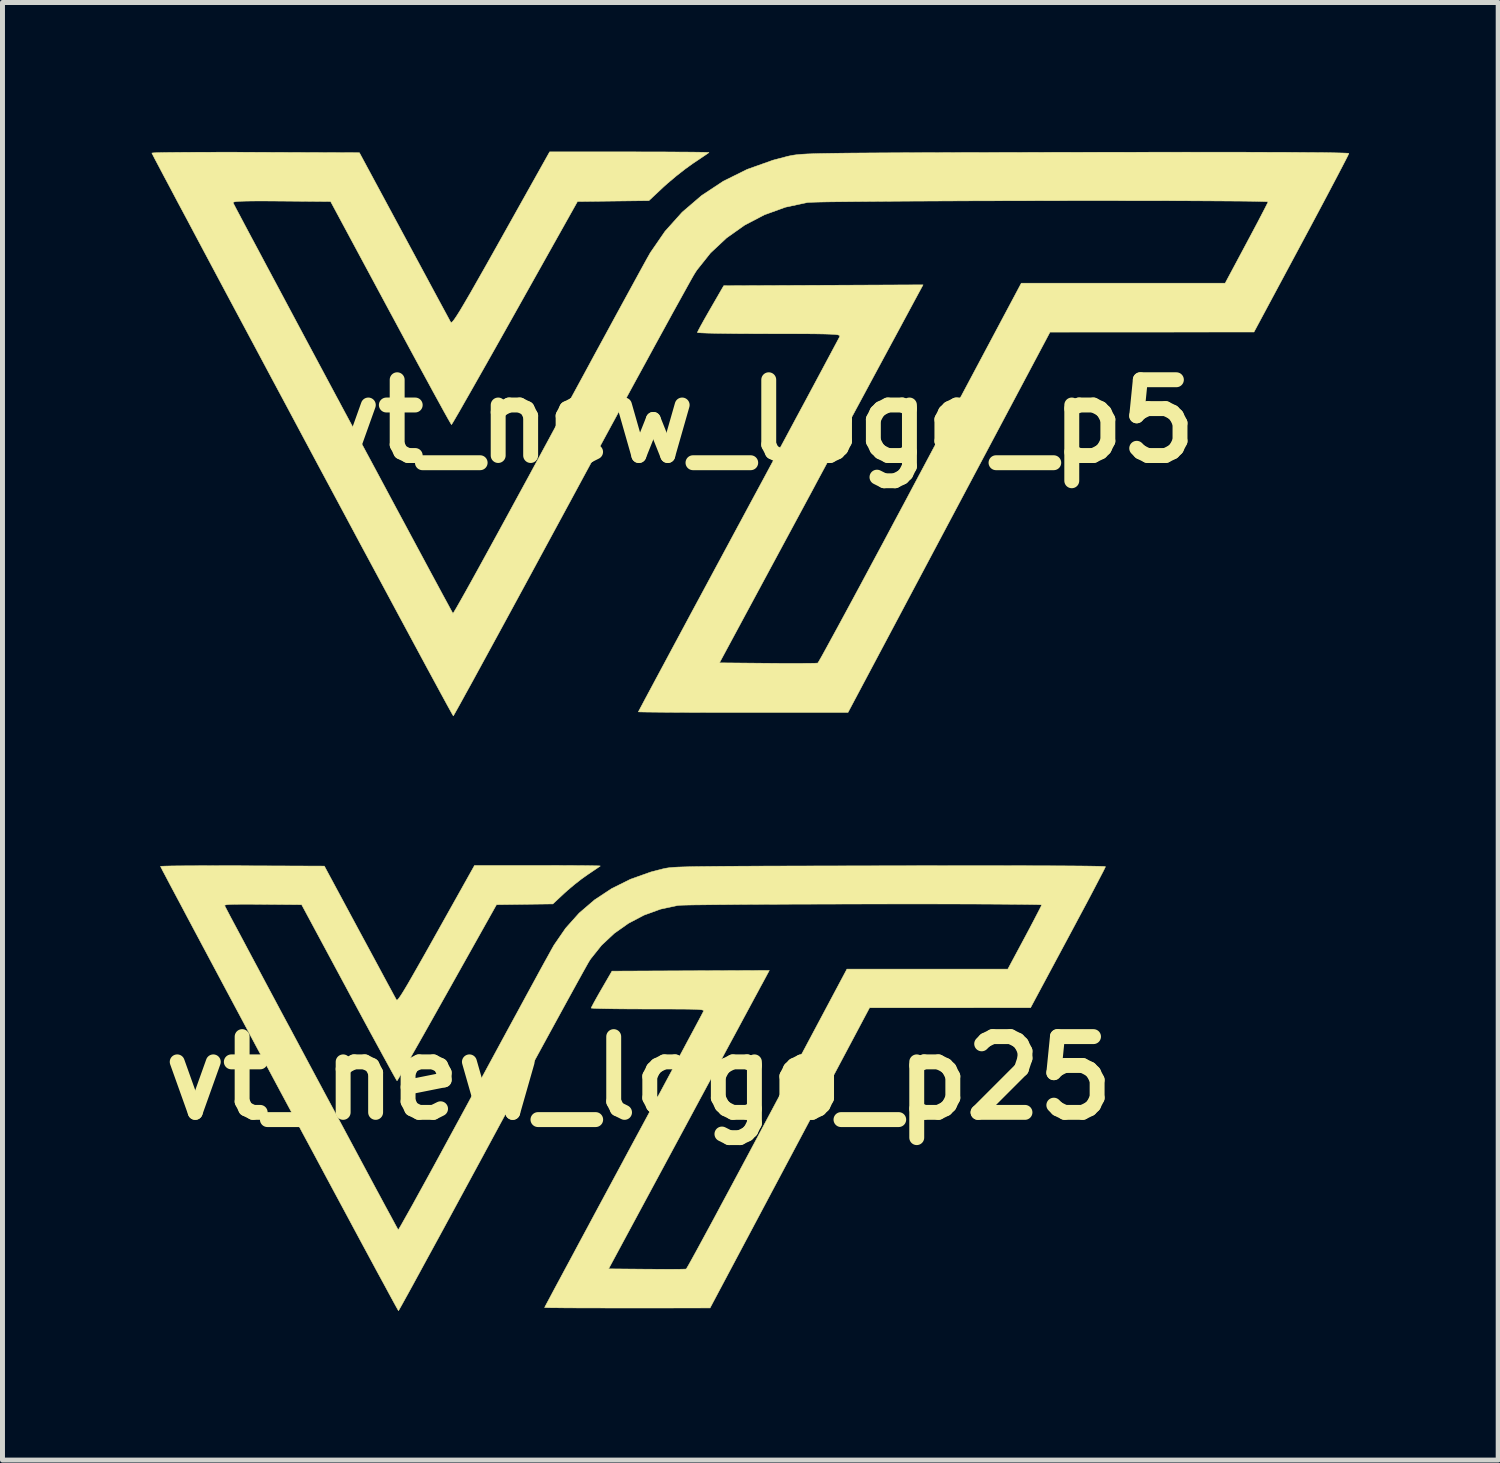
<source format=kicad_pcb>
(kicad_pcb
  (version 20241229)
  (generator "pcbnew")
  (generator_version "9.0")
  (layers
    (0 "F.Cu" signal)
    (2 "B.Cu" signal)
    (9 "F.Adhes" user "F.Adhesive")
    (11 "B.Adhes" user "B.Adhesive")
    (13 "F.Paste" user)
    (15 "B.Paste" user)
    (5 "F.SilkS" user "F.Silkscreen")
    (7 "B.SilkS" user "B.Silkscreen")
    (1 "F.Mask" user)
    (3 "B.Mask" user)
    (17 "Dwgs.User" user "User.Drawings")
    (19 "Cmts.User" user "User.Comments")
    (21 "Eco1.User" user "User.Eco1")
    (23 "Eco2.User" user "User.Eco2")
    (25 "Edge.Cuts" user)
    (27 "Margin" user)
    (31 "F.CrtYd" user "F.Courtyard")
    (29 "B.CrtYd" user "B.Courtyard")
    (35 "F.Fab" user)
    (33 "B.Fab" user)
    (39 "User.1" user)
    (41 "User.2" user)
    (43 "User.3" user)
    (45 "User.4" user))
  (footprint "vt_new_logo_p25"
    (layer "F.Cu")
    (at 9.804 18.638)
    (property "Reference" "vt_new_logo_p25" (at 0 0 0) (layer "F.SilkS") (effects (font (size 1.524 1.524) (thickness 0.3))))
    (attr through_hole)
    (fp_poly (pts (xy -1.783 -4.278) (xy -1.546 -4.277) (xy -1.331 -4.276) (xy -1.144 -4.275) (xy -0.991 -4.273) (xy -0.875 -4.271) (xy -0.802 -4.27) (xy -0.778 -4.267) (xy -0.778 -4.267) (xy -0.803 -4.249) (xy -0.863 -4.208) (xy -0.949 -4.15) (xy -1.029 -4.096) (xy -1.156 -4.006) (xy -1.298 -3.895) (xy -1.434 -3.78) (xy -1.501 -3.72) (xy -1.732 -3.504) (xy -2.866 -3.489) (xy -3.859 -1.718) (xy -4.018 -1.435) (xy -4.169 -1.166) (xy -4.311 -0.914) (xy -4.441 -0.684) (xy -4.558 -0.479) (xy -4.659 -0.301) (xy -4.743 -0.156) (xy -4.806 -0.046) (xy -4.848 0.025) (xy -4.866 0.053) (xy -4.867 0.053) (xy -4.882 0.031) (xy -4.92 -0.036) (xy -4.979 -0.142) (xy -5.057 -0.285) (xy -5.153 -0.46) (xy -5.264 -0.664) (xy -5.389 -0.893) (xy -5.525 -1.144) (xy -5.67 -1.413) (xy -5.823 -1.697) (xy -5.834 -1.718) (xy -6.786 -3.489) (xy -7.567 -3.496) (xy -7.799 -3.498) (xy -7.983 -3.498) (xy -8.122 -3.497) (xy -8.223 -3.494) (xy -8.289 -3.489) (xy -8.324 -3.481) (xy -8.335 -3.472) (xy -8.335 -3.47) (xy -8.32 -3.441) (xy -8.282 -3.368) (xy -8.223 -3.255) (xy -8.143 -3.105) (xy -8.045 -2.922) (xy -7.931 -2.708) (xy -7.803 -2.467) (xy -7.661 -2.202) (xy -7.509 -1.916) (xy -7.347 -1.613) (xy -7.178 -1.296) (xy -7.002 -0.969) (xy -6.823 -0.634) (xy -6.642 -0.295) (xy -6.46 0.045) (xy -6.279 0.383) (xy -6.101 0.714) (xy -5.928 1.037) (xy -5.762 1.347) (xy -5.604 1.642) (xy -5.456 1.918) (xy -5.32 2.172) (xy -5.197 2.4) (xy -5.09 2.599) (xy -4.999 2.766) (xy -4.928 2.898) (xy -4.877 2.992) (xy -4.849 3.043) (xy -4.844 3.052) (xy -4.829 3.032) (xy -4.79 2.967) (xy -4.73 2.86) (xy -4.649 2.716) (xy -4.548 2.536) (xy -4.431 2.323) (xy -4.297 2.08) (xy -4.149 1.81) (xy -3.989 1.516) (xy -3.818 1.201) (xy -3.637 0.868) (xy -3.448 0.52) (xy -3.329 0.299) (xy -3.133 -0.062) (xy -2.943 -0.413) (xy -2.76 -0.751) (xy -2.586 -1.072) (xy -2.422 -1.373) (xy -2.271 -1.652) (xy -2.134 -1.903) (xy -2.013 -2.126) (xy -1.909 -2.316) (xy -1.824 -2.469) (xy -1.761 -2.584) (xy -1.72 -2.657) (xy -1.709 -2.676) (xy -1.475 -3.016) (xy -1.203 -3.32) (xy -0.894 -3.585) (xy -0.55 -3.812) (xy -0.172 -4) (xy 0.238 -4.146) (xy 0.468 -4.206) (xy 0.5 -4.213) (xy 0.532 -4.22) (xy 0.567 -4.226) (xy 0.607 -4.232) (xy 0.655 -4.236) (xy 0.713 -4.241) (xy 0.785 -4.245) (xy 0.872 -4.248) (xy 0.977 -4.251) (xy 1.102 -4.254) (xy 1.251 -4.256) (xy 1.426 -4.258) (xy 1.629 -4.26) (xy 1.863 -4.262) (xy 2.13 -4.263) (xy 2.433 -4.265) (xy 2.775 -4.266) (xy 3.158 -4.267) (xy 3.585 -4.268) (xy 4.057 -4.269) (xy 4.579 -4.27) (xy 5.047 -4.271) (xy 5.682 -4.272) (xy 6.269 -4.273) (xy 6.807 -4.273) (xy 7.294 -4.273) (xy 7.732 -4.272) (xy 8.119 -4.271) (xy 8.456 -4.27) (xy 8.741 -4.268) (xy 8.974 -4.266) (xy 9.156 -4.263) (xy 9.285 -4.26) (xy 9.361 -4.257) (xy 9.385 -4.253) (xy 9.372 -4.226) (xy 9.337 -4.155) (xy 9.28 -4.046) (xy 9.205 -3.902) (xy 9.114 -3.728) (xy 9.008 -3.527) (xy 8.889 -3.305) (xy 8.761 -3.065) (xy 8.631 -2.822) (xy 7.878 -1.417) (xy 6.258 -1.416) (xy 4.639 -1.416) (xy 3.035 1.604) (xy 1.43 4.624) (xy -0.234 4.625) (xy -0.527 4.625) (xy -0.803 4.624) (xy -1.059 4.624) (xy -1.289 4.623) (xy -1.489 4.622) (xy -1.654 4.62) (xy -1.78 4.619) (xy -1.863 4.617) (xy -1.898 4.615) (xy -1.898 4.615) (xy -1.886 4.59) (xy -1.85 4.522) (xy -1.791 4.412) (xy -1.712 4.263) (xy -1.613 4.079) (xy -1.496 3.861) (xy -1.363 3.614) (xy -1.216 3.339) (xy -1.055 3.04) (xy -0.883 2.719) (xy -0.7 2.379) (xy -0.509 2.024) (xy -0.31 1.655) (xy -0.309 1.652) (xy -0.11 1.282) (xy 0.083 0.925) (xy 0.266 0.584) (xy 0.44 0.261) (xy 0.602 -0.041) (xy 0.751 -0.318) (xy 0.885 -0.569) (xy 1.003 -0.79) (xy 1.104 -0.978) (xy 1.185 -1.13) (xy 1.246 -1.244) (xy 1.284 -1.317) (xy 1.299 -1.345) (xy 1.3 -1.356) (xy 1.291 -1.365) (xy 1.268 -1.373) (xy 1.225 -1.378) (xy 1.159 -1.383) (xy 1.065 -1.386) (xy 0.938 -1.388) (xy 0.773 -1.389) (xy 0.566 -1.39) (xy 0.312 -1.39) (xy 0.177 -1.39) (xy -0.064 -1.391) (xy -0.288 -1.392) (xy -0.488 -1.394) (xy -0.661 -1.397) (xy -0.799 -1.4) (xy -0.898 -1.404) (xy -0.953 -1.408) (xy -0.962 -1.41) (xy -0.948 -1.439) (xy -0.913 -1.506) (xy -0.86 -1.602) (xy -0.794 -1.719) (xy -0.752 -1.791) (xy -0.543 -2.152) (xy 1.039 -2.159) (xy 2.622 -2.166) (xy 2.482 -1.905) (xy 2.45 -1.848) (xy 2.396 -1.746) (xy 2.319 -1.604) (xy 2.223 -1.425) (xy 2.108 -1.212) (xy 1.977 -0.968) (xy 1.831 -0.698) (xy 1.672 -0.403) (xy 1.502 -0.087) (xy 1.323 0.245) (xy 1.136 0.592) (xy 0.944 0.95) (xy 0.865 1.096) (xy -0.611 3.837) (xy 0.155 3.844) (xy 0.353 3.845) (xy 0.534 3.846) (xy 0.691 3.846) (xy 0.817 3.845) (xy 0.905 3.843) (xy 0.948 3.841) (xy 0.95 3.84) (xy 0.966 3.815) (xy 1.006 3.746) (xy 1.067 3.636) (xy 1.149 3.487) (xy 1.25 3.301) (xy 1.368 3.083) (xy 1.503 2.834) (xy 1.651 2.557) (xy 1.813 2.256) (xy 1.986 1.933) (xy 2.169 1.591) (xy 2.36 1.233) (xy 2.558 0.861) (xy 2.581 0.818) (xy 4.183 -2.192) (xy 7.42 -2.192) (xy 7.761 -2.829) (xy 7.851 -2.998) (xy 7.932 -3.152) (xy 8 -3.283) (xy 8.054 -3.387) (xy 8.089 -3.456) (xy 8.101 -3.484) (xy 8.101 -3.484) (xy 8.075 -3.488) (xy 7.999 -3.491) (xy 7.877 -3.493) (xy 7.713 -3.495) (xy 7.511 -3.497) (xy 7.273 -3.499) (xy 7.004 -3.501) (xy 6.709 -3.502) (xy 6.389 -3.503) (xy 6.049 -3.503) (xy 5.694 -3.504) (xy 5.326 -3.504) (xy 4.949 -3.503) (xy 4.567 -3.503) (xy 4.184 -3.502) (xy 3.804 -3.501) (xy 3.43 -3.5) (xy 3.065 -3.499) (xy 2.715 -3.497) (xy 2.382 -3.496) (xy 2.07 -3.494) (xy 1.782 -3.491) (xy 1.524 -3.489) (xy 1.298 -3.486) (xy 1.107 -3.484) (xy 0.957 -3.481) (xy 0.85 -3.478) (xy 0.791 -3.474) (xy 0.785 -3.474) (xy 0.437 -3.4) (xy 0.103 -3.279) (xy -0.211 -3.114) (xy -0.498 -2.911) (xy -0.753 -2.672) (xy -0.969 -2.402) (xy -0.993 -2.366) (xy -1.02 -2.321) (xy -1.07 -2.232) (xy -1.143 -2.101) (xy -1.237 -1.931) (xy -1.35 -1.725) (xy -1.481 -1.487) (xy -1.628 -1.218) (xy -1.79 -0.922) (xy -1.965 -0.601) (xy -2.151 -0.259) (xy -2.348 0.103) (xy -2.553 0.481) (xy -2.765 0.872) (xy -2.969 1.25) (xy -3.184 1.648) (xy -3.392 2.032) (xy -3.592 2.401) (xy -3.782 2.752) (xy -3.961 3.082) (xy -4.128 3.388) (xy -4.281 3.668) (xy -4.418 3.92) (xy -4.538 4.14) (xy -4.64 4.326) (xy -4.723 4.476) (xy -4.784 4.586) (xy -4.823 4.655) (xy -4.838 4.679) (xy -4.838 4.679) (xy -4.852 4.656) (xy -4.89 4.588) (xy -4.951 4.477) (xy -5.033 4.326) (xy -5.135 4.137) (xy -5.257 3.913) (xy -5.396 3.655) (xy -5.552 3.366) (xy -5.723 3.048) (xy -5.908 2.703) (xy -6.106 2.335) (xy -6.316 1.944) (xy -6.535 1.534) (xy -6.765 1.107) (xy -7.001 0.664) (xy -7.24 0.219) (xy -7.483 -0.236) (xy -7.72 -0.678) (xy -7.948 -1.106) (xy -8.167 -1.516) (xy -8.376 -1.907) (xy -8.573 -2.276) (xy -8.757 -2.621) (xy -8.927 -2.94) (xy -9.081 -3.229) (xy -9.218 -3.488) (xy -9.338 -3.713) (xy -9.439 -3.903) (xy -9.519 -4.055) (xy -9.578 -4.166) (xy -9.613 -4.235) (xy -9.625 -4.259) (xy -9.599 -4.262) (xy -9.524 -4.265) (xy -9.405 -4.268) (xy -9.246 -4.27) (xy -9.052 -4.271) (xy -8.827 -4.272) (xy -8.576 -4.273) (xy -8.303 -4.272) (xy -8.014 -4.272) (xy -7.977 -4.271) (xy -6.329 -4.265) (xy -5.617 -2.941) (xy -5.484 -2.695) (xy -5.358 -2.461) (xy -5.242 -2.246) (xy -5.138 -2.052) (xy -5.048 -1.885) (xy -4.974 -1.749) (xy -4.92 -1.648) (xy -4.886 -1.587) (xy -4.877 -1.571) (xy -4.868 -1.568) (xy -4.849 -1.583) (xy -4.821 -1.619) (xy -4.78 -1.679) (xy -4.726 -1.766) (xy -4.656 -1.883) (xy -4.569 -2.034) (xy -4.463 -2.22) (xy -4.335 -2.445) (xy -4.185 -2.712) (xy -4.079 -2.901) (xy -3.308 -4.278) (xy -2.037 -4.278) (xy -1.783 -4.278)) (stroke (width 0.01) (type solid)) (fill yes) (layer "F.SilkS")))
  (footprint "vt_new_logo_p5"
    (layer "F.Cu")
    (at 12.197 5.424)
    (property "Reference" "vt_new_logo_p5" (at 0 0 0) (layer "F.SilkS") (effects (font (size 1.524 1.524) (thickness 0.3))))
    (attr through_hole)
    (fp_poly (pts (xy -2.258 -5.418) (xy -1.958 -5.418) (xy -1.686 -5.416) (xy -1.45 -5.415) (xy -1.255 -5.413) (xy -1.108 -5.411) (xy -1.016 -5.408) (xy -0.985 -5.405) (xy -0.985 -5.405) (xy -1.017 -5.382) (xy -1.094 -5.33) (xy -1.202 -5.257) (xy -1.304 -5.189) (xy -1.464 -5.074) (xy -1.644 -4.933) (xy -1.816 -4.788) (xy -1.901 -4.712) (xy -2.193 -4.438) (xy -2.912 -4.429) (xy -3.63 -4.42) (xy -4.888 -2.176) (xy -5.089 -1.818) (xy -5.281 -1.477) (xy -5.461 -1.158) (xy -5.626 -0.867) (xy -5.774 -0.606) (xy -5.902 -0.382) (xy -6.007 -0.197) (xy -6.088 -0.058) (xy -6.141 0.032) (xy -6.164 0.067) (xy -6.165 0.068) (xy -6.183 0.039) (xy -6.232 -0.046) (xy -6.307 -0.18) (xy -6.406 -0.361) (xy -6.528 -0.583) (xy -6.668 -0.841) (xy -6.826 -1.131) (xy -6.998 -1.449) (xy -7.182 -1.79) (xy -7.375 -2.149) (xy -7.39 -2.176) (xy -8.596 -4.42) (xy -9.585 -4.429) (xy -9.879 -4.431) (xy -10.112 -4.431) (xy -10.288 -4.429) (xy -10.416 -4.425) (xy -10.499 -4.419) (xy -10.544 -4.41) (xy -10.558 -4.398) (xy -10.558 -4.395) (xy -10.539 -4.358) (xy -10.491 -4.266) (xy -10.415 -4.123) (xy -10.315 -3.934) (xy -10.191 -3.701) (xy -10.046 -3.43) (xy -9.884 -3.125) (xy -9.704 -2.789) (xy -9.511 -2.427) (xy -9.306 -2.043) (xy -9.092 -1.642) (xy -8.87 -1.227) (xy -8.643 -0.803) (xy -8.413 -0.373) (xy -8.182 0.057) (xy -7.954 0.485) (xy -7.728 0.905) (xy -7.509 1.314) (xy -7.299 1.707) (xy -7.098 2.08) (xy -6.911 2.429) (xy -6.738 2.751) (xy -6.583 3.04) (xy -6.447 3.292) (xy -6.333 3.504) (xy -6.242 3.671) (xy -6.178 3.79) (xy -6.142 3.855) (xy -6.135 3.866) (xy -6.117 3.84) (xy -6.068 3.758) (xy -5.991 3.623) (xy -5.888 3.44) (xy -5.761 3.212) (xy -5.612 2.942) (xy -5.443 2.634) (xy -5.256 2.293) (xy -5.053 1.921) (xy -4.836 1.522) (xy -4.606 1.1) (xy -4.367 0.658) (xy -4.216 0.379) (xy -3.969 -0.079) (xy -3.728 -0.524) (xy -3.496 -0.951) (xy -3.276 -1.358) (xy -3.068 -1.74) (xy -2.877 -2.092) (xy -2.703 -2.411) (xy -2.549 -2.693) (xy -2.418 -2.933) (xy -2.311 -3.128) (xy -2.231 -3.273) (xy -2.179 -3.365) (xy -2.165 -3.39) (xy -1.869 -3.82) (xy -1.524 -4.205) (xy -1.132 -4.541) (xy -0.696 -4.829) (xy -0.218 -5.066) (xy 0.301 -5.251) (xy 0.593 -5.328) (xy 0.633 -5.337) (xy 0.674 -5.345) (xy 0.718 -5.353) (xy 0.769 -5.36) (xy 0.83 -5.366) (xy 0.904 -5.372) (xy 0.994 -5.377) (xy 1.104 -5.381) (xy 1.237 -5.385) (xy 1.396 -5.388) (xy 1.585 -5.391) (xy 1.806 -5.394) (xy 2.063 -5.396) (xy 2.359 -5.398) (xy 2.698 -5.4) (xy 3.082 -5.402) (xy 3.515 -5.403) (xy 4 -5.405) (xy 4.54 -5.406) (xy 5.139 -5.407) (xy 5.8 -5.409) (xy 6.392 -5.41) (xy 7.198 -5.411) (xy 7.941 -5.412) (xy 8.622 -5.413) (xy 9.24 -5.412) (xy 9.794 -5.412) (xy 10.284 -5.41) (xy 10.71 -5.409) (xy 11.071 -5.406) (xy 11.367 -5.404) (xy 11.597 -5.4) (xy 11.761 -5.396) (xy 11.858 -5.392) (xy 11.887 -5.388) (xy 11.872 -5.352) (xy 11.827 -5.263) (xy 11.755 -5.124) (xy 11.66 -4.942) (xy 11.544 -4.722) (xy 11.41 -4.468) (xy 11.26 -4.186) (xy 11.098 -3.882) (xy 10.933 -3.574) (xy 9.979 -1.795) (xy 5.876 -1.793) (xy 1.812 5.858) (xy -0.296 5.858) (xy -0.667 5.858) (xy -1.017 5.858) (xy -1.341 5.857) (xy -1.632 5.856) (xy -1.886 5.854) (xy -2.095 5.852) (xy -2.255 5.85) (xy -2.36 5.848) (xy -2.404 5.846) (xy -2.405 5.845) (xy -2.389 5.815) (xy -2.343 5.728) (xy -2.269 5.588) (xy -2.168 5.4) (xy -2.043 5.166) (xy -1.895 4.891) (xy -1.727 4.577) (xy -1.54 4.229) (xy -1.337 3.85) (xy -1.118 3.444) (xy -0.887 3.014) (xy -0.644 2.563) (xy -0.393 2.096) (xy -0.391 2.093) (xy -0.139 1.624) (xy 0.105 1.172) (xy 0.337 0.74) (xy 0.557 0.331) (xy 0.762 -0.052) (xy 0.951 -0.403) (xy 1.121 -0.721) (xy 1.271 -1.001) (xy 1.398 -1.239) (xy 1.501 -1.432) (xy 1.578 -1.576) (xy 1.627 -1.668) (xy 1.645 -1.704) (xy 1.646 -1.718) (xy 1.635 -1.729) (xy 1.606 -1.739) (xy 1.552 -1.746) (xy 1.468 -1.751) (xy 1.349 -1.755) (xy 1.188 -1.758) (xy 0.979 -1.76) (xy 0.717 -1.761) (xy 0.395 -1.761) (xy 0.224 -1.761) (xy -0.081 -1.762) (xy -0.365 -1.763) (xy -0.619 -1.766) (xy -0.837 -1.769) (xy -1.012 -1.773) (xy -1.138 -1.778) (xy -1.207 -1.783) (xy -1.218 -1.786) (xy -1.201 -1.823) (xy -1.156 -1.908) (xy -1.089 -2.029) (xy -1.005 -2.177) (xy -0.952 -2.269) (xy -0.688 -2.726) (xy 1.317 -2.735) (xy 3.322 -2.744) (xy 3.143 -2.413) (xy 3.104 -2.34) (xy 3.035 -2.212) (xy 2.938 -2.032) (xy 2.816 -1.805) (xy 2.67 -1.535) (xy 2.504 -1.227) (xy 2.319 -0.884) (xy 2.118 -0.51) (xy 1.903 -0.111) (xy 1.676 0.311) (xy 1.439 0.75) (xy 1.195 1.203) (xy 1.096 1.389) (xy -0.774 4.86) (xy 0.197 4.869) (xy 0.448 4.871) (xy 0.677 4.871) (xy 0.876 4.871) (xy 1.035 4.87) (xy 1.146 4.868) (xy 1.201 4.865) (xy 1.204 4.864) (xy 1.224 4.833) (xy 1.274 4.746) (xy 1.352 4.605) (xy 1.455 4.416) (xy 1.583 4.182) (xy 1.733 3.905) (xy 1.903 3.59) (xy 2.092 3.239) (xy 2.296 2.858) (xy 2.516 2.449) (xy 2.747 2.015) (xy 2.99 1.561) (xy 3.24 1.09) (xy 3.269 1.036) (xy 5.298 -2.777) (xy 9.399 -2.777) (xy 9.83 -3.584) (xy 9.944 -3.798) (xy 10.047 -3.992) (xy 10.134 -4.159) (xy 10.202 -4.29) (xy 10.246 -4.377) (xy 10.262 -4.413) (xy 10.262 -4.414) (xy 10.229 -4.418) (xy 10.132 -4.421) (xy 9.978 -4.425) (xy 9.77 -4.428) (xy 9.513 -4.43) (xy 9.213 -4.432) (xy 8.872 -4.434) (xy 8.497 -4.436) (xy 8.093 -4.437) (xy 7.663 -4.437) (xy 7.212 -4.438) (xy 6.746 -4.438) (xy 6.269 -4.438) (xy 5.785 -4.437) (xy 5.3 -4.436) (xy 4.818 -4.435) (xy 4.344 -4.434) (xy 3.883 -4.432) (xy 3.439 -4.43) (xy 3.017 -4.428) (xy 2.621 -4.425) (xy 2.258 -4.422) (xy 1.93 -4.419) (xy 1.644 -4.416) (xy 1.403 -4.413) (xy 1.212 -4.409) (xy 1.077 -4.405) (xy 1.002 -4.401) (xy 0.994 -4.4) (xy 0.554 -4.306) (xy 0.131 -4.153) (xy -0.267 -3.945) (xy -0.631 -3.687) (xy -0.954 -3.385) (xy -1.227 -3.042) (xy -1.257 -2.997) (xy -1.292 -2.94) (xy -1.356 -2.827) (xy -1.448 -2.661) (xy -1.567 -2.446) (xy -1.711 -2.186) (xy -1.876 -1.884) (xy -2.063 -1.543) (xy -2.267 -1.168) (xy -2.489 -0.762) (xy -2.725 -0.327) (xy -2.974 0.131) (xy -3.233 0.609) (xy -3.502 1.105) (xy -3.76 1.583) (xy -4.033 2.087) (xy -4.297 2.574) (xy -4.55 3.042) (xy -4.791 3.486) (xy -5.018 3.904) (xy -5.229 4.292) (xy -5.422 4.646) (xy -5.596 4.965) (xy -5.748 5.244) (xy -5.878 5.479) (xy -5.982 5.669) (xy -6.06 5.809) (xy -6.109 5.896) (xy -6.128 5.927) (xy -6.128 5.927) (xy -6.146 5.897) (xy -6.194 5.811) (xy -6.271 5.671) (xy -6.375 5.48) (xy -6.505 5.24) (xy -6.659 4.956) (xy -6.835 4.629) (xy -7.032 4.263) (xy -7.249 3.86) (xy -7.483 3.424) (xy -7.734 2.957) (xy -8 2.463) (xy -8.278 1.943) (xy -8.568 1.402) (xy -8.869 0.841) (xy -9.17 0.278) (xy -9.478 -0.299) (xy -9.778 -0.859) (xy -10.067 -1.401) (xy -10.345 -1.921) (xy -10.61 -2.416) (xy -10.859 -2.883) (xy -11.092 -3.32) (xy -11.307 -3.724) (xy -11.502 -4.091) (xy -11.677 -4.418) (xy -11.828 -4.704) (xy -11.956 -4.944) (xy -12.057 -5.136) (xy -12.132 -5.277) (xy -12.177 -5.365) (xy -12.192 -5.395) (xy -12.159 -5.399) (xy -12.064 -5.403) (xy -11.913 -5.406) (xy -11.712 -5.408) (xy -11.466 -5.41) (xy -11.181 -5.411) (xy -10.863 -5.412) (xy -10.517 -5.412) (xy -10.151 -5.411) (xy -10.104 -5.41) (xy -8.017 -5.402) (xy -7.114 -3.725) (xy -6.946 -3.413) (xy -6.787 -3.118) (xy -6.64 -2.845) (xy -6.508 -2.599) (xy -6.394 -2.388) (xy -6.301 -2.216) (xy -6.232 -2.088) (xy -6.19 -2.01) (xy -6.178 -1.989) (xy -6.166 -1.986) (xy -6.142 -2.005) (xy -6.106 -2.051) (xy -6.055 -2.127) (xy -5.986 -2.237) (xy -5.898 -2.386) (xy -5.787 -2.576) (xy -5.653 -2.812) (xy -5.491 -3.097) (xy -5.301 -3.435) (xy -5.167 -3.674) (xy -4.19 -5.419) (xy -2.58 -5.419) (xy -2.258 -5.418)) (stroke (width 0.01) (type solid)) (fill yes) (layer "F.SilkS")))
  (gr_rect
    (start -3 -3)
    (end 27.089 26.322)
    (stroke (width 0.1) (type default))
    (fill no)
    (layer "Edge.Cuts")))
</source>
